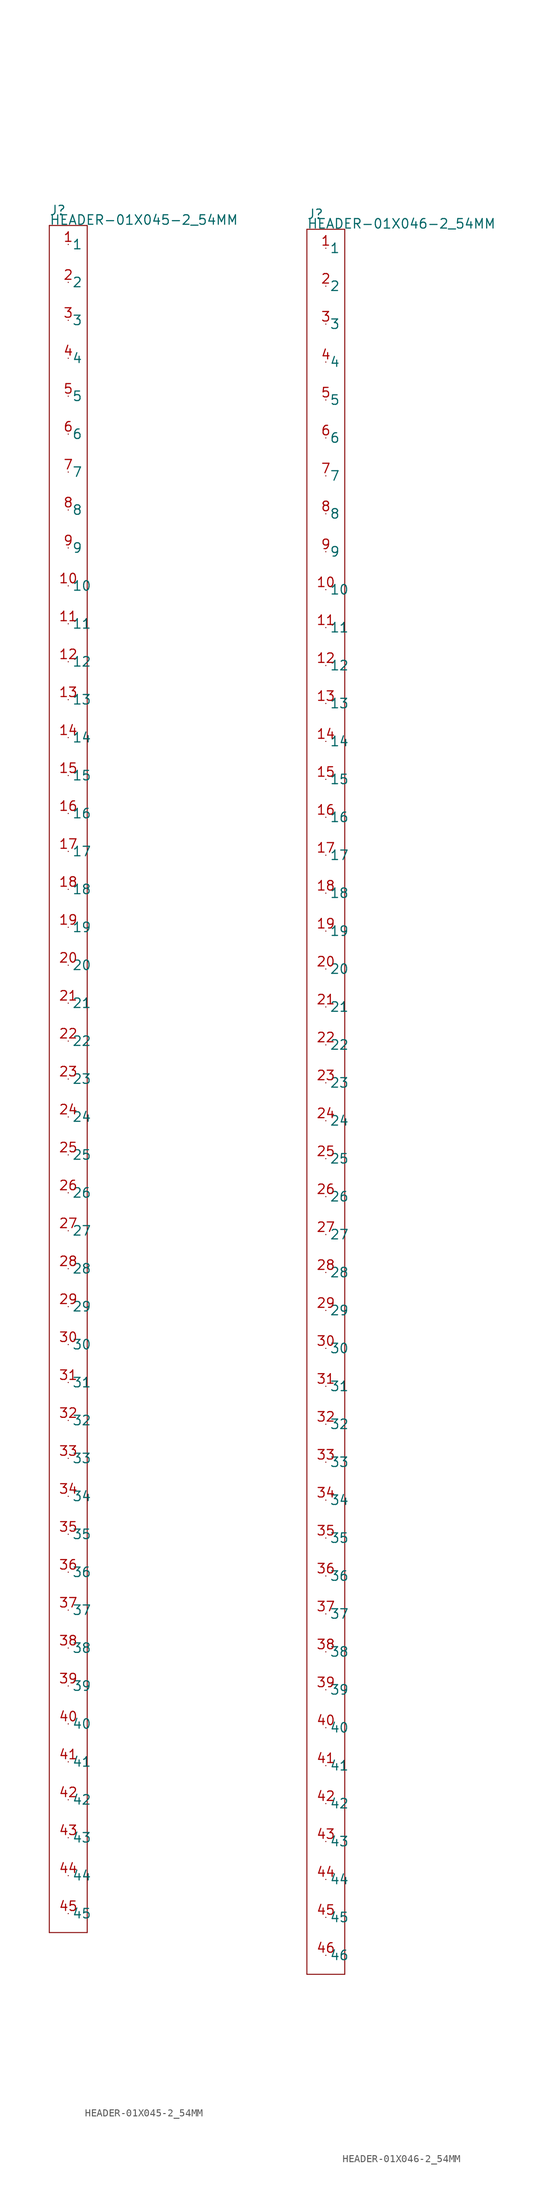
<source format=kicad_sym>
(kicad_symbol_lib
  (version 20211014)
  (generator kicad_symbol_editor)
  (symbol "HEADER-01X045-2_54MM"
    (pin_names)
    (property "Reference" "J"
      (at -2.54 115.57 0)
      (effects (font (size 1.27 1.27)) (justify left bottom)))
    (property "Value" "HEADER-01X045-2_54MM"
      (at -2.54 114.3 0)
      (effects (font (size 1.27 1.27)) (justify left bottom)))
    (property "Datasheet" ""
      (at 0 0 0))
    (property "ki_description" "Header 1x45  - Header Vertical 45POS 2.54MM Technical Specifications: Pitch: 0.1\" (2.54mm) "
      (at 0 0 0))
    (property "ki_fp_filters" "FlashPCB_Connectors:HEADER-THT-01X045-2_54MM FlashPCB_Connectors:HEADER-THT-LONG-01X045-2_54MM FlashPCB_Connectors:HEADER-THT-NOSILK-01X045-2_54MM FlashPCB_Connectors:HEADER-THT-LONG-NOSILK-01X045-2_54MM"
      (at 0 0 0))
    (symbol "HEADER-01X045-2_54MM_1_1"
      (polyline (pts (xy -2.54 114.3) (xy 2.54 114.3)) (stroke (width 0.127)) (fill (type none)))
      (polyline (pts (xy 2.54 114.3) (xy 2.54 -114.3)) (stroke (width 0.127)) (fill (type none)))
      (polyline (pts (xy 2.54 -114.3) (xy -2.54 -114.3)) (stroke (width 0.127)) (fill (type none)))
      (polyline (pts (xy -2.54 -114.3) (xy -2.54 114.3)) (stroke (width 0.127)) (fill (type none)))
      (pin bidirectional line (at 0 111.76 0) (length 0) (name "1" (effects (font (size 1.27 1.27)))) (number "1" (effects (font (size 1.27 1.27)))))
      (pin bidirectional line (at 0 106.68 0) (length 0) (name "2" (effects (font (size 1.27 1.27)))) (number "2" (effects (font (size 1.27 1.27)))))
      (pin bidirectional line (at 0 101.6 0) (length 0) (name "3" (effects (font (size 1.27 1.27)))) (number "3" (effects (font (size 1.27 1.27)))))
      (pin bidirectional line (at 0 96.52 0) (length 0) (name "4" (effects (font (size 1.27 1.27)))) (number "4" (effects (font (size 1.27 1.27)))))
      (pin bidirectional line (at 0 91.44 0) (length 0) (name "5" (effects (font (size 1.27 1.27)))) (number "5" (effects (font (size 1.27 1.27)))))
      (pin bidirectional line (at 0 86.36 0) (length 0) (name "6" (effects (font (size 1.27 1.27)))) (number "6" (effects (font (size 1.27 1.27)))))
      (pin bidirectional line (at 0 81.28 0) (length 0) (name "7" (effects (font (size 1.27 1.27)))) (number "7" (effects (font (size 1.27 1.27)))))
      (pin bidirectional line (at 0 76.2 0) (length 0) (name "8" (effects (font (size 1.27 1.27)))) (number "8" (effects (font (size 1.27 1.27)))))
      (pin bidirectional line (at 0 71.12 0) (length 0) (name "9" (effects (font (size 1.27 1.27)))) (number "9" (effects (font (size 1.27 1.27)))))
      (pin bidirectional line (at 0 66.04 0) (length 0) (name "10" (effects (font (size 1.27 1.27)))) (number "10" (effects (font (size 1.27 1.27)))))
      (pin bidirectional line (at 0 60.96 0) (length 0) (name "11" (effects (font (size 1.27 1.27)))) (number "11" (effects (font (size 1.27 1.27)))))
      (pin bidirectional line (at 0 55.88 0) (length 0) (name "12" (effects (font (size 1.27 1.27)))) (number "12" (effects (font (size 1.27 1.27)))))
      (pin bidirectional line (at 0 50.8 0) (length 0) (name "13" (effects (font (size 1.27 1.27)))) (number "13" (effects (font (size 1.27 1.27)))))
      (pin bidirectional line (at 0 45.72 0) (length 0) (name "14" (effects (font (size 1.27 1.27)))) (number "14" (effects (font (size 1.27 1.27)))))
      (pin bidirectional line (at 0 40.64 0) (length 0) (name "15" (effects (font (size 1.27 1.27)))) (number "15" (effects (font (size 1.27 1.27)))))
      (pin bidirectional line (at 0 35.56 0) (length 0) (name "16" (effects (font (size 1.27 1.27)))) (number "16" (effects (font (size 1.27 1.27)))))
      (pin bidirectional line (at 0 30.48 0) (length 0) (name "17" (effects (font (size 1.27 1.27)))) (number "17" (effects (font (size 1.27 1.27)))))
      (pin bidirectional line (at 0 25.4 0) (length 0) (name "18" (effects (font (size 1.27 1.27)))) (number "18" (effects (font (size 1.27 1.27)))))
      (pin bidirectional line (at 0 20.32 0) (length 0) (name "19" (effects (font (size 1.27 1.27)))) (number "19" (effects (font (size 1.27 1.27)))))
      (pin bidirectional line (at 0 15.24 0) (length 0) (name "20" (effects (font (size 1.27 1.27)))) (number "20" (effects (font (size 1.27 1.27)))))
      (pin bidirectional line (at 0 10.16 0) (length 0) (name "21" (effects (font (size 1.27 1.27)))) (number "21" (effects (font (size 1.27 1.27)))))
      (pin bidirectional line (at 0 5.08 0) (length 0) (name "22" (effects (font (size 1.27 1.27)))) (number "22" (effects (font (size 1.27 1.27)))))
      (pin bidirectional line (at 0 0 0) (length 0) (name "23" (effects (font (size 1.27 1.27)))) (number "23" (effects (font (size 1.27 1.27)))))
      (pin bidirectional line (at 0 -5.08 0) (length 0) (name "24" (effects (font (size 1.27 1.27)))) (number "24" (effects (font (size 1.27 1.27)))))
      (pin bidirectional line (at 0 -10.16 0) (length 0) (name "25" (effects (font (size 1.27 1.27)))) (number "25" (effects (font (size 1.27 1.27)))))
      (pin bidirectional line (at 0 -15.24 0) (length 0) (name "26" (effects (font (size 1.27 1.27)))) (number "26" (effects (font (size 1.27 1.27)))))
      (pin bidirectional line (at 0 -20.32 0) (length 0) (name "27" (effects (font (size 1.27 1.27)))) (number "27" (effects (font (size 1.27 1.27)))))
      (pin bidirectional line (at 0 -25.4 0) (length 0) (name "28" (effects (font (size 1.27 1.27)))) (number "28" (effects (font (size 1.27 1.27)))))
      (pin bidirectional line (at 0 -30.48 0) (length 0) (name "29" (effects (font (size 1.27 1.27)))) (number "29" (effects (font (size 1.27 1.27)))))
      (pin bidirectional line (at 0 -35.56 0) (length 0) (name "30" (effects (font (size 1.27 1.27)))) (number "30" (effects (font (size 1.27 1.27)))))
      (pin bidirectional line (at 0 -40.64 0) (length 0) (name "31" (effects (font (size 1.27 1.27)))) (number "31" (effects (font (size 1.27 1.27)))))
      (pin bidirectional line (at 0 -45.72 0) (length 0) (name "32" (effects (font (size 1.27 1.27)))) (number "32" (effects (font (size 1.27 1.27)))))
      (pin bidirectional line (at 0 -50.8 0) (length 0) (name "33" (effects (font (size 1.27 1.27)))) (number "33" (effects (font (size 1.27 1.27)))))
      (pin bidirectional line (at 0 -55.88 0) (length 0) (name "34" (effects (font (size 1.27 1.27)))) (number "34" (effects (font (size 1.27 1.27)))))
      (pin bidirectional line (at 0 -60.96 0) (length 0) (name "35" (effects (font (size 1.27 1.27)))) (number "35" (effects (font (size 1.27 1.27)))))
      (pin bidirectional line (at 0 -66.04 0) (length 0) (name "36" (effects (font (size 1.27 1.27)))) (number "36" (effects (font (size 1.27 1.27)))))
      (pin bidirectional line (at 0 -71.12 0) (length 0) (name "37" (effects (font (size 1.27 1.27)))) (number "37" (effects (font (size 1.27 1.27)))))
      (pin bidirectional line (at 0 -76.2 0) (length 0) (name "38" (effects (font (size 1.27 1.27)))) (number "38" (effects (font (size 1.27 1.27)))))
      (pin bidirectional line (at 0 -81.28 0) (length 0) (name "39" (effects (font (size 1.27 1.27)))) (number "39" (effects (font (size 1.27 1.27)))))
      (pin bidirectional line (at 0 -86.36 0) (length 0) (name "40" (effects (font (size 1.27 1.27)))) (number "40" (effects (font (size 1.27 1.27)))))
      (pin bidirectional line (at 0 -91.44 0) (length 0) (name "41" (effects (font (size 1.27 1.27)))) (number "41" (effects (font (size 1.27 1.27)))))
      (pin bidirectional line (at 0 -96.52 0) (length 0) (name "42" (effects (font (size 1.27 1.27)))) (number "42" (effects (font (size 1.27 1.27)))))
      (pin bidirectional line (at 0 -101.6 0) (length 0) (name "43" (effects (font (size 1.27 1.27)))) (number "43" (effects (font (size 1.27 1.27)))))
      (pin bidirectional line (at 0 -106.68 0) (length 0) (name "44" (effects (font (size 1.27 1.27)))) (number "44" (effects (font (size 1.27 1.27)))))
      (pin bidirectional line (at 0 -111.76 0) (length 0) (name "45" (effects (font (size 1.27 1.27)))) (number "45" (effects (font (size 1.27 1.27)))))))
  (symbol "HEADER-01X046-2_54MM"
    (pin_names)
    (property "Reference" "J"
      (at -2.54 118.11 0)
      (effects (font (size 1.27 1.27)) (justify left bottom)))
    (property "Value" "HEADER-01X046-2_54MM"
      (at -2.54 116.84 0)
      (effects (font (size 1.27 1.27)) (justify left bottom)))
    (property "Datasheet" ""
      (at 0 0 0))
    (property "ki_description" "Header 1x46  - Header Vertical 46POS 2.54MM Technical Specifications: Pitch: 0.1\" (2.54mm) "
      (at 0 0 0))
    (property "ki_fp_filters" "FlashPCB_Connectors:HEADER-THT-01X046-2_54MM FlashPCB_Connectors:HEADER-THT-LONG-01X046-2_54MM FlashPCB_Connectors:HEADER-THT-NOSILK-01X046-2_54MM FlashPCB_Connectors:HEADER-THT-LONG-NOSILK-01X046-2_54MM"
      (at 0 0 0))
    (symbol "HEADER-01X046-2_54MM_1_1"
      (polyline (pts (xy -2.54 116.84) (xy 2.54 116.84)) (stroke (width 0.127)) (fill (type none)))
      (polyline (pts (xy 2.54 116.84) (xy 2.54 -116.84)) (stroke (width 0.127)) (fill (type none)))
      (polyline (pts (xy 2.54 -116.84) (xy -2.54 -116.84)) (stroke (width 0.127)) (fill (type none)))
      (polyline (pts (xy -2.54 -116.84) (xy -2.54 116.84)) (stroke (width 0.127)) (fill (type none)))
      (pin bidirectional line (at 0 114.3 0) (length 0) (name "1" (effects (font (size 1.27 1.27)))) (number "1" (effects (font (size 1.27 1.27)))))
      (pin bidirectional line (at 0 109.22 0) (length 0) (name "2" (effects (font (size 1.27 1.27)))) (number "2" (effects (font (size 1.27 1.27)))))
      (pin bidirectional line (at 0 104.14 0) (length 0) (name "3" (effects (font (size 1.27 1.27)))) (number "3" (effects (font (size 1.27 1.27)))))
      (pin bidirectional line (at 0 99.06 0) (length 0) (name "4" (effects (font (size 1.27 1.27)))) (number "4" (effects (font (size 1.27 1.27)))))
      (pin bidirectional line (at 0 93.98 0) (length 0) (name "5" (effects (font (size 1.27 1.27)))) (number "5" (effects (font (size 1.27 1.27)))))
      (pin bidirectional line (at 0 88.9 0) (length 0) (name "6" (effects (font (size 1.27 1.27)))) (number "6" (effects (font (size 1.27 1.27)))))
      (pin bidirectional line (at 0 83.82 0) (length 0) (name "7" (effects (font (size 1.27 1.27)))) (number "7" (effects (font (size 1.27 1.27)))))
      (pin bidirectional line (at 0 78.74 0) (length 0) (name "8" (effects (font (size 1.27 1.27)))) (number "8" (effects (font (size 1.27 1.27)))))
      (pin bidirectional line (at 0 73.66 0) (length 0) (name "9" (effects (font (size 1.27 1.27)))) (number "9" (effects (font (size 1.27 1.27)))))
      (pin bidirectional line (at 0 68.58 0) (length 0) (name "10" (effects (font (size 1.27 1.27)))) (number "10" (effects (font (size 1.27 1.27)))))
      (pin bidirectional line (at 0 63.5 0) (length 0) (name "11" (effects (font (size 1.27 1.27)))) (number "11" (effects (font (size 1.27 1.27)))))
      (pin bidirectional line (at 0 58.42 0) (length 0) (name "12" (effects (font (size 1.27 1.27)))) (number "12" (effects (font (size 1.27 1.27)))))
      (pin bidirectional line (at 0 53.34 0) (length 0) (name "13" (effects (font (size 1.27 1.27)))) (number "13" (effects (font (size 1.27 1.27)))))
      (pin bidirectional line (at 0 48.26 0) (length 0) (name "14" (effects (font (size 1.27 1.27)))) (number "14" (effects (font (size 1.27 1.27)))))
      (pin bidirectional line (at 0 43.18 0) (length 0) (name "15" (effects (font (size 1.27 1.27)))) (number "15" (effects (font (size 1.27 1.27)))))
      (pin bidirectional line (at 0 38.1 0) (length 0) (name "16" (effects (font (size 1.27 1.27)))) (number "16" (effects (font (size 1.27 1.27)))))
      (pin bidirectional line (at 0 33.02 0) (length 0) (name "17" (effects (font (size 1.27 1.27)))) (number "17" (effects (font (size 1.27 1.27)))))
      (pin bidirectional line (at 0 27.94 0) (length 0) (name "18" (effects (font (size 1.27 1.27)))) (number "18" (effects (font (size 1.27 1.27)))))
      (pin bidirectional line (at 0 22.86 0) (length 0) (name "19" (effects (font (size 1.27 1.27)))) (number "19" (effects (font (size 1.27 1.27)))))
      (pin bidirectional line (at 0 17.78 0) (length 0) (name "20" (effects (font (size 1.27 1.27)))) (number "20" (effects (font (size 1.27 1.27)))))
      (pin bidirectional line (at 0 12.7 0) (length 0) (name "21" (effects (font (size 1.27 1.27)))) (number "21" (effects (font (size 1.27 1.27)))))
      (pin bidirectional line (at 0 7.62 0) (length 0) (name "22" (effects (font (size 1.27 1.27)))) (number "22" (effects (font (size 1.27 1.27)))))
      (pin bidirectional line (at 0 2.54 0) (length 0) (name "23" (effects (font (size 1.27 1.27)))) (number "23" (effects (font (size 1.27 1.27)))))
      (pin bidirectional line (at 0 -2.54 0) (length 0) (name "24" (effects (font (size 1.27 1.27)))) (number "24" (effects (font (size 1.27 1.27)))))
      (pin bidirectional line (at 0 -7.62 0) (length 0) (name "25" (effects (font (size 1.27 1.27)))) (number "25" (effects (font (size 1.27 1.27)))))
      (pin bidirectional line (at 0 -12.7 0) (length 0) (name "26" (effects (font (size 1.27 1.27)))) (number "26" (effects (font (size 1.27 1.27)))))
      (pin bidirectional line (at 0 -17.78 0) (length 0) (name "27" (effects (font (size 1.27 1.27)))) (number "27" (effects (font (size 1.27 1.27)))))
      (pin bidirectional line (at 0 -22.86 0) (length 0) (name "28" (effects (font (size 1.27 1.27)))) (number "28" (effects (font (size 1.27 1.27)))))
      (pin bidirectional line (at 0 -27.94 0) (length 0) (name "29" (effects (font (size 1.27 1.27)))) (number "29" (effects (font (size 1.27 1.27)))))
      (pin bidirectional line (at 0 -33.02 0) (length 0) (name "30" (effects (font (size 1.27 1.27)))) (number "30" (effects (font (size 1.27 1.27)))))
      (pin bidirectional line (at 0 -38.1 0) (length 0) (name "31" (effects (font (size 1.27 1.27)))) (number "31" (effects (font (size 1.27 1.27)))))
      (pin bidirectional line (at 0 -43.18 0) (length 0) (name "32" (effects (font (size 1.27 1.27)))) (number "32" (effects (font (size 1.27 1.27)))))
      (pin bidirectional line (at 0 -48.26 0) (length 0) (name "33" (effects (font (size 1.27 1.27)))) (number "33" (effects (font (size 1.27 1.27)))))
      (pin bidirectional line (at 0 -53.34 0) (length 0) (name "34" (effects (font (size 1.27 1.27)))) (number "34" (effects (font (size 1.27 1.27)))))
      (pin bidirectional line (at 0 -58.42 0) (length 0) (name "35" (effects (font (size 1.27 1.27)))) (number "35" (effects (font (size 1.27 1.27)))))
      (pin bidirectional line (at 0 -63.5 0) (length 0) (name "36" (effects (font (size 1.27 1.27)))) (number "36" (effects (font (size 1.27 1.27)))))
      (pin bidirectional line (at 0 -68.58 0) (length 0) (name "37" (effects (font (size 1.27 1.27)))) (number "37" (effects (font (size 1.27 1.27)))))
      (pin bidirectional line (at 0 -73.66 0) (length 0) (name "38" (effects (font (size 1.27 1.27)))) (number "38" (effects (font (size 1.27 1.27)))))
      (pin bidirectional line (at 0 -78.74 0) (length 0) (name "39" (effects (font (size 1.27 1.27)))) (number "39" (effects (font (size 1.27 1.27)))))
      (pin bidirectional line (at 0 -83.82 0) (length 0) (name "40" (effects (font (size 1.27 1.27)))) (number "40" (effects (font (size 1.27 1.27)))))
      (pin bidirectional line (at 0 -88.9 0) (length 0) (name "41" (effects (font (size 1.27 1.27)))) (number "41" (effects (font (size 1.27 1.27)))))
      (pin bidirectional line (at 0 -93.98 0) (length 0) (name "42" (effects (font (size 1.27 1.27)))) (number "42" (effects (font (size 1.27 1.27)))))
      (pin bidirectional line (at 0 -99.06 0) (length 0) (name "43" (effects (font (size 1.27 1.27)))) (number "43" (effects (font (size 1.27 1.27)))))
      (pin bidirectional line (at 0 -104.14 0) (length 0) (name "44" (effects (font (size 1.27 1.27)))) (number "44" (effects (font (size 1.27 1.27)))))
      (pin bidirectional line (at 0 -109.22 0) (length 0) (name "45" (effects (font (size 1.27 1.27)))) (number "45" (effects (font (size 1.27 1.27)))))
      (pin bidirectional line (at 0 -114.3 0) (length 0) (name "46" (effects (font (size 1.27 1.27)))) (number "46" (effects (font (size 1.27 1.27))))))))
</source>
